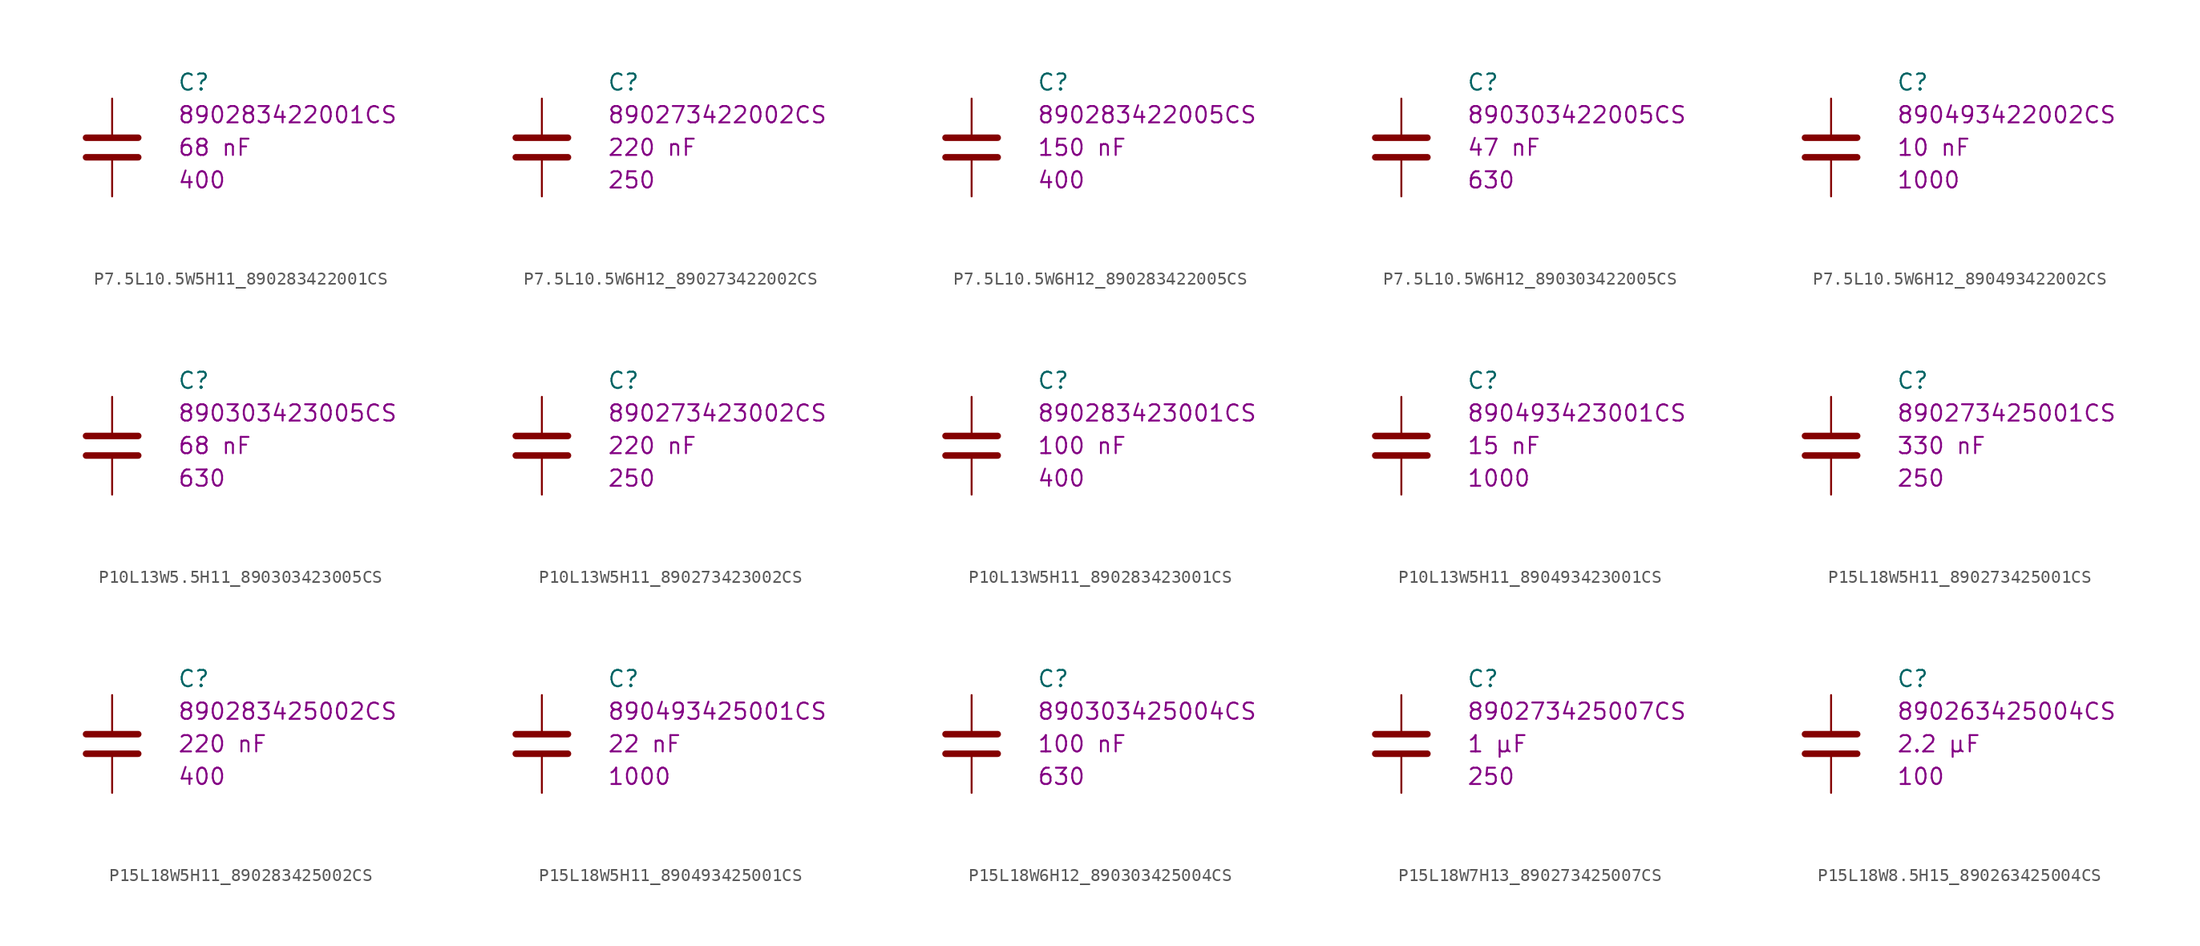
<source format=kicad_sym>
(kicad_symbol_lib
  (version 20220914)
  (generator kicad_symbol_editor)
  (symbol "P7.5L10.5W5H11_890283422001CS"
    (pin_numbers hide)
    (pin_names hide)
    (property "Reference" "C"
      (at 5.08 5.08 0)
      (effects (font (size 1.27 1.27)) (justify left)))
    (property "Part Number" "890283422001CS"
      (at 5.08 2.54 0)
      (effects (font (size 1.27 1.27)) (justify left)))
    (property "Capacitance" "68 nF"
      (at 5.08 0 0)
      (effects (font (size 1.27 1.27)) (justify left)))
    (property "Voltage" "400"
      (at 5.08 -2.54 0)
      (effects (font (size 1.27 1.27)) (justify left)))
    (property "Critical Parameter" ""
      (at 0 -7.62 0)
      (effects (font (size 1.27 1.27))))
    (symbol "P7.5L10.5W5H11_890283422001CS_0_1"
      (polyline (pts (xy -2.032 -0.762) (xy 2.032 -0.762)) (stroke (width 0.508) (type default)) (fill (type none)))
      (polyline (pts (xy -2.032 0.762) (xy 2.032 0.762)) (stroke (width 0.508) (type default)) (fill (type none))))
    (symbol "P7.5L10.5W5H11_890283422001CS_1_1"
      (pin passive line (at 0 3.81 270) (length 2.794) (name "1" (effects (font (size 1.27 1.27)))) (number "1" (effects (font (size 1.27 1.27)))))
      (pin passive line (at 0 -3.81 90) (length 2.794) (name "2" (effects (font (size 1.27 1.27)))) (number "2" (effects (font (size 1.27 1.27)))))))
  (symbol "P7.5L10.5W6H12_890273422002CS"
    (pin_numbers hide)
    (pin_names hide)
    (property "Reference" "C"
      (at 5.08 5.08 0)
      (effects (font (size 1.27 1.27)) (justify left)))
    (property "Part Number" "890273422002CS"
      (at 5.08 2.54 0)
      (effects (font (size 1.27 1.27)) (justify left)))
    (property "Capacitance" "220 nF"
      (at 5.08 0 0)
      (effects (font (size 1.27 1.27)) (justify left)))
    (property "Voltage" "250"
      (at 5.08 -2.54 0)
      (effects (font (size 1.27 1.27)) (justify left)))
    (property "Critical Parameter" ""
      (at 0 -7.62 0)
      (effects (font (size 1.27 1.27))))
    (symbol "P7.5L10.5W6H12_890273422002CS_0_1"
      (polyline (pts (xy -2.032 -0.762) (xy 2.032 -0.762)) (stroke (width 0.508) (type default)) (fill (type none)))
      (polyline (pts (xy -2.032 0.762) (xy 2.032 0.762)) (stroke (width 0.508) (type default)) (fill (type none))))
    (symbol "P7.5L10.5W6H12_890273422002CS_1_1"
      (pin passive line (at 0 3.81 270) (length 2.794) (name "1" (effects (font (size 1.27 1.27)))) (number "1" (effects (font (size 1.27 1.27)))))
      (pin passive line (at 0 -3.81 90) (length 2.794) (name "2" (effects (font (size 1.27 1.27)))) (number "2" (effects (font (size 1.27 1.27)))))))
  (symbol "P7.5L10.5W6H12_890283422005CS"
    (pin_numbers hide)
    (pin_names hide)
    (property "Reference" "C"
      (at 5.08 5.08 0)
      (effects (font (size 1.27 1.27)) (justify left)))
    (property "Part Number" "890283422005CS"
      (at 5.08 2.54 0)
      (effects (font (size 1.27 1.27)) (justify left)))
    (property "Capacitance" "150 nF"
      (at 5.08 0 0)
      (effects (font (size 1.27 1.27)) (justify left)))
    (property "Voltage" "400"
      (at 5.08 -2.54 0)
      (effects (font (size 1.27 1.27)) (justify left)))
    (property "Critical Parameter" ""
      (at 0 -7.62 0)
      (effects (font (size 1.27 1.27))))
    (symbol "P7.5L10.5W6H12_890283422005CS_0_1"
      (polyline (pts (xy -2.032 -0.762) (xy 2.032 -0.762)) (stroke (width 0.508) (type default)) (fill (type none)))
      (polyline (pts (xy -2.032 0.762) (xy 2.032 0.762)) (stroke (width 0.508) (type default)) (fill (type none))))
    (symbol "P7.5L10.5W6H12_890283422005CS_1_1"
      (pin passive line (at 0 3.81 270) (length 2.794) (name "1" (effects (font (size 1.27 1.27)))) (number "1" (effects (font (size 1.27 1.27)))))
      (pin passive line (at 0 -3.81 90) (length 2.794) (name "2" (effects (font (size 1.27 1.27)))) (number "2" (effects (font (size 1.27 1.27)))))))
  (symbol "P7.5L10.5W6H12_890303422005CS"
    (pin_numbers hide)
    (pin_names hide)
    (property "Reference" "C"
      (at 5.08 5.08 0)
      (effects (font (size 1.27 1.27)) (justify left)))
    (property "Part Number" "890303422005CS"
      (at 5.08 2.54 0)
      (effects (font (size 1.27 1.27)) (justify left)))
    (property "Capacitance" "47 nF"
      (at 5.08 0 0)
      (effects (font (size 1.27 1.27)) (justify left)))
    (property "Voltage" "630"
      (at 5.08 -2.54 0)
      (effects (font (size 1.27 1.27)) (justify left)))
    (property "Critical Parameter" ""
      (at 0 -7.62 0)
      (effects (font (size 1.27 1.27))))
    (symbol "P7.5L10.5W6H12_890303422005CS_0_1"
      (polyline (pts (xy -2.032 -0.762) (xy 2.032 -0.762)) (stroke (width 0.508) (type default)) (fill (type none)))
      (polyline (pts (xy -2.032 0.762) (xy 2.032 0.762)) (stroke (width 0.508) (type default)) (fill (type none))))
    (symbol "P7.5L10.5W6H12_890303422005CS_1_1"
      (pin passive line (at 0 3.81 270) (length 2.794) (name "1" (effects (font (size 1.27 1.27)))) (number "1" (effects (font (size 1.27 1.27)))))
      (pin passive line (at 0 -3.81 90) (length 2.794) (name "2" (effects (font (size 1.27 1.27)))) (number "2" (effects (font (size 1.27 1.27)))))))
  (symbol "P7.5L10.5W6H12_890493422002CS"
    (pin_numbers hide)
    (pin_names hide)
    (property "Reference" "C"
      (at 5.08 5.08 0)
      (effects (font (size 1.27 1.27)) (justify left)))
    (property "Part Number" "890493422002CS"
      (at 5.08 2.54 0)
      (effects (font (size 1.27 1.27)) (justify left)))
    (property "Capacitance" "10 nF"
      (at 5.08 0 0)
      (effects (font (size 1.27 1.27)) (justify left)))
    (property "Voltage" "1000"
      (at 5.08 -2.54 0)
      (effects (font (size 1.27 1.27)) (justify left)))
    (property "Critical Parameter" ""
      (at 0 -7.62 0)
      (effects (font (size 1.27 1.27))))
    (symbol "P7.5L10.5W6H12_890493422002CS_0_1"
      (polyline (pts (xy -2.032 -0.762) (xy 2.032 -0.762)) (stroke (width 0.508) (type default)) (fill (type none)))
      (polyline (pts (xy -2.032 0.762) (xy 2.032 0.762)) (stroke (width 0.508) (type default)) (fill (type none))))
    (symbol "P7.5L10.5W6H12_890493422002CS_1_1"
      (pin passive line (at 0 3.81 270) (length 2.794) (name "1" (effects (font (size 1.27 1.27)))) (number "1" (effects (font (size 1.27 1.27)))))
      (pin passive line (at 0 -3.81 90) (length 2.794) (name "2" (effects (font (size 1.27 1.27)))) (number "2" (effects (font (size 1.27 1.27)))))))
  (symbol "P10L13W5.5H11_890303423005CS"
    (pin_numbers hide)
    (pin_names hide)
    (property "Reference" "C"
      (at 5.08 5.08 0)
      (effects (font (size 1.27 1.27)) (justify left)))
    (property "Part Number" "890303423005CS"
      (at 5.08 2.54 0)
      (effects (font (size 1.27 1.27)) (justify left)))
    (property "Capacitance" "68 nF"
      (at 5.08 0 0)
      (effects (font (size 1.27 1.27)) (justify left)))
    (property "Voltage" "630"
      (at 5.08 -2.54 0)
      (effects (font (size 1.27 1.27)) (justify left)))
    (property "Critical Parameter" ""
      (at 0 -7.62 0)
      (effects (font (size 1.27 1.27))))
    (symbol "P10L13W5.5H11_890303423005CS_0_1"
      (polyline (pts (xy -2.032 -0.762) (xy 2.032 -0.762)) (stroke (width 0.508) (type default)) (fill (type none)))
      (polyline (pts (xy -2.032 0.762) (xy 2.032 0.762)) (stroke (width 0.508) (type default)) (fill (type none))))
    (symbol "P10L13W5.5H11_890303423005CS_1_1"
      (pin passive line (at 0 3.81 270) (length 2.794) (name "1" (effects (font (size 1.27 1.27)))) (number "1" (effects (font (size 1.27 1.27)))))
      (pin passive line (at 0 -3.81 90) (length 2.794) (name "2" (effects (font (size 1.27 1.27)))) (number "2" (effects (font (size 1.27 1.27)))))))
  (symbol "P10L13W5H11_890273423002CS"
    (pin_numbers hide)
    (pin_names hide)
    (property "Reference" "C"
      (at 5.08 5.08 0)
      (effects (font (size 1.27 1.27)) (justify left)))
    (property "Part Number" "890273423002CS"
      (at 5.08 2.54 0)
      (effects (font (size 1.27 1.27)) (justify left)))
    (property "Capacitance" "220 nF"
      (at 5.08 0 0)
      (effects (font (size 1.27 1.27)) (justify left)))
    (property "Voltage" "250"
      (at 5.08 -2.54 0)
      (effects (font (size 1.27 1.27)) (justify left)))
    (property "Critical Parameter" ""
      (at 0 -7.62 0)
      (effects (font (size 1.27 1.27))))
    (symbol "P10L13W5H11_890273423002CS_0_1"
      (polyline (pts (xy -2.032 -0.762) (xy 2.032 -0.762)) (stroke (width 0.508) (type default)) (fill (type none)))
      (polyline (pts (xy -2.032 0.762) (xy 2.032 0.762)) (stroke (width 0.508) (type default)) (fill (type none))))
    (symbol "P10L13W5H11_890273423002CS_1_1"
      (pin passive line (at 0 3.81 270) (length 2.794) (name "1" (effects (font (size 1.27 1.27)))) (number "1" (effects (font (size 1.27 1.27)))))
      (pin passive line (at 0 -3.81 90) (length 2.794) (name "2" (effects (font (size 1.27 1.27)))) (number "2" (effects (font (size 1.27 1.27)))))))
  (symbol "P10L13W5H11_890283423001CS"
    (pin_numbers hide)
    (pin_names hide)
    (property "Reference" "C"
      (at 5.08 5.08 0)
      (effects (font (size 1.27 1.27)) (justify left)))
    (property "Part Number" "890283423001CS"
      (at 5.08 2.54 0)
      (effects (font (size 1.27 1.27)) (justify left)))
    (property "Capacitance" "100 nF"
      (at 5.08 0 0)
      (effects (font (size 1.27 1.27)) (justify left)))
    (property "Voltage" "400"
      (at 5.08 -2.54 0)
      (effects (font (size 1.27 1.27)) (justify left)))
    (property "Critical Parameter" ""
      (at 0 -7.62 0)
      (effects (font (size 1.27 1.27))))
    (symbol "P10L13W5H11_890283423001CS_0_1"
      (polyline (pts (xy -2.032 -0.762) (xy 2.032 -0.762)) (stroke (width 0.508) (type default)) (fill (type none)))
      (polyline (pts (xy -2.032 0.762) (xy 2.032 0.762)) (stroke (width 0.508) (type default)) (fill (type none))))
    (symbol "P10L13W5H11_890283423001CS_1_1"
      (pin passive line (at 0 3.81 270) (length 2.794) (name "1" (effects (font (size 1.27 1.27)))) (number "1" (effects (font (size 1.27 1.27)))))
      (pin passive line (at 0 -3.81 90) (length 2.794) (name "2" (effects (font (size 1.27 1.27)))) (number "2" (effects (font (size 1.27 1.27)))))))
  (symbol "P10L13W5H11_890493423001CS"
    (pin_numbers hide)
    (pin_names hide)
    (property "Reference" "C"
      (at 5.08 5.08 0)
      (effects (font (size 1.27 1.27)) (justify left)))
    (property "Part Number" "890493423001CS"
      (at 5.08 2.54 0)
      (effects (font (size 1.27 1.27)) (justify left)))
    (property "Capacitance" "15 nF"
      (at 5.08 0 0)
      (effects (font (size 1.27 1.27)) (justify left)))
    (property "Voltage" "1000"
      (at 5.08 -2.54 0)
      (effects (font (size 1.27 1.27)) (justify left)))
    (property "Critical Parameter" ""
      (at 0 -7.62 0)
      (effects (font (size 1.27 1.27))))
    (symbol "P10L13W5H11_890493423001CS_0_1"
      (polyline (pts (xy -2.032 -0.762) (xy 2.032 -0.762)) (stroke (width 0.508) (type default)) (fill (type none)))
      (polyline (pts (xy -2.032 0.762) (xy 2.032 0.762)) (stroke (width 0.508) (type default)) (fill (type none))))
    (symbol "P10L13W5H11_890493423001CS_1_1"
      (pin passive line (at 0 3.81 270) (length 2.794) (name "1" (effects (font (size 1.27 1.27)))) (number "1" (effects (font (size 1.27 1.27)))))
      (pin passive line (at 0 -3.81 90) (length 2.794) (name "2" (effects (font (size 1.27 1.27)))) (number "2" (effects (font (size 1.27 1.27)))))))
  (symbol "P15L18W5H11_890273425001CS"
    (pin_numbers hide)
    (pin_names hide)
    (property "Reference" "C"
      (at 5.08 5.08 0)
      (effects (font (size 1.27 1.27)) (justify left)))
    (property "Part Number" "890273425001CS"
      (at 5.08 2.54 0)
      (effects (font (size 1.27 1.27)) (justify left)))
    (property "Capacitance" "330 nF"
      (at 5.08 0 0)
      (effects (font (size 1.27 1.27)) (justify left)))
    (property "Voltage" "250"
      (at 5.08 -2.54 0)
      (effects (font (size 1.27 1.27)) (justify left)))
    (property "Critical Parameter" ""
      (at 0 -7.62 0)
      (effects (font (size 1.27 1.27))))
    (symbol "P15L18W5H11_890273425001CS_0_1"
      (polyline (pts (xy -2.032 -0.762) (xy 2.032 -0.762)) (stroke (width 0.508) (type default)) (fill (type none)))
      (polyline (pts (xy -2.032 0.762) (xy 2.032 0.762)) (stroke (width 0.508) (type default)) (fill (type none))))
    (symbol "P15L18W5H11_890273425001CS_1_1"
      (pin passive line (at 0 3.81 270) (length 2.794) (name "1" (effects (font (size 1.27 1.27)))) (number "1" (effects (font (size 1.27 1.27)))))
      (pin passive line (at 0 -3.81 90) (length 2.794) (name "2" (effects (font (size 1.27 1.27)))) (number "2" (effects (font (size 1.27 1.27)))))))
  (symbol "P15L18W5H11_890283425002CS"
    (pin_numbers hide)
    (pin_names hide)
    (property "Reference" "C"
      (at 5.08 5.08 0)
      (effects (font (size 1.27 1.27)) (justify left)))
    (property "Part Number" "890283425002CS"
      (at 5.08 2.54 0)
      (effects (font (size 1.27 1.27)) (justify left)))
    (property "Capacitance" "220 nF"
      (at 5.08 0 0)
      (effects (font (size 1.27 1.27)) (justify left)))
    (property "Voltage" "400"
      (at 5.08 -2.54 0)
      (effects (font (size 1.27 1.27)) (justify left)))
    (property "Critical Parameter" ""
      (at 0 -7.62 0)
      (effects (font (size 1.27 1.27))))
    (symbol "P15L18W5H11_890283425002CS_0_1"
      (polyline (pts (xy -2.032 -0.762) (xy 2.032 -0.762)) (stroke (width 0.508) (type default)) (fill (type none)))
      (polyline (pts (xy -2.032 0.762) (xy 2.032 0.762)) (stroke (width 0.508) (type default)) (fill (type none))))
    (symbol "P15L18W5H11_890283425002CS_1_1"
      (pin passive line (at 0 3.81 270) (length 2.794) (name "1" (effects (font (size 1.27 1.27)))) (number "1" (effects (font (size 1.27 1.27)))))
      (pin passive line (at 0 -3.81 90) (length 2.794) (name "2" (effects (font (size 1.27 1.27)))) (number "2" (effects (font (size 1.27 1.27)))))))
  (symbol "P15L18W5H11_890493425001CS"
    (pin_numbers hide)
    (pin_names hide)
    (property "Reference" "C"
      (at 5.08 5.08 0)
      (effects (font (size 1.27 1.27)) (justify left)))
    (property "Part Number" "890493425001CS"
      (at 5.08 2.54 0)
      (effects (font (size 1.27 1.27)) (justify left)))
    (property "Capacitance" "22 nF"
      (at 5.08 0 0)
      (effects (font (size 1.27 1.27)) (justify left)))
    (property "Voltage" "1000"
      (at 5.08 -2.54 0)
      (effects (font (size 1.27 1.27)) (justify left)))
    (property "Critical Parameter" ""
      (at 0 -7.62 0)
      (effects (font (size 1.27 1.27))))
    (symbol "P15L18W5H11_890493425001CS_0_1"
      (polyline (pts (xy -2.032 -0.762) (xy 2.032 -0.762)) (stroke (width 0.508) (type default)) (fill (type none)))
      (polyline (pts (xy -2.032 0.762) (xy 2.032 0.762)) (stroke (width 0.508) (type default)) (fill (type none))))
    (symbol "P15L18W5H11_890493425001CS_1_1"
      (pin passive line (at 0 3.81 270) (length 2.794) (name "1" (effects (font (size 1.27 1.27)))) (number "1" (effects (font (size 1.27 1.27)))))
      (pin passive line (at 0 -3.81 90) (length 2.794) (name "2" (effects (font (size 1.27 1.27)))) (number "2" (effects (font (size 1.27 1.27)))))))
  (symbol "P15L18W6H12_890303425004CS"
    (pin_numbers hide)
    (pin_names hide)
    (property "Reference" "C"
      (at 5.08 5.08 0)
      (effects (font (size 1.27 1.27)) (justify left)))
    (property "Part Number" "890303425004CS"
      (at 5.08 2.54 0)
      (effects (font (size 1.27 1.27)) (justify left)))
    (property "Capacitance" "100 nF"
      (at 5.08 0 0)
      (effects (font (size 1.27 1.27)) (justify left)))
    (property "Voltage" "630"
      (at 5.08 -2.54 0)
      (effects (font (size 1.27 1.27)) (justify left)))
    (property "Critical Parameter" ""
      (at 0 -7.62 0)
      (effects (font (size 1.27 1.27))))
    (symbol "P15L18W6H12_890303425004CS_0_1"
      (polyline (pts (xy -2.032 -0.762) (xy 2.032 -0.762)) (stroke (width 0.508) (type default)) (fill (type none)))
      (polyline (pts (xy -2.032 0.762) (xy 2.032 0.762)) (stroke (width 0.508) (type default)) (fill (type none))))
    (symbol "P15L18W6H12_890303425004CS_1_1"
      (pin passive line (at 0 3.81 270) (length 2.794) (name "1" (effects (font (size 1.27 1.27)))) (number "1" (effects (font (size 1.27 1.27)))))
      (pin passive line (at 0 -3.81 90) (length 2.794) (name "2" (effects (font (size 1.27 1.27)))) (number "2" (effects (font (size 1.27 1.27)))))))
  (symbol "P15L18W7H13_890273425007CS"
    (pin_numbers hide)
    (pin_names hide)
    (property "Reference" "C"
      (at 5.08 5.08 0)
      (effects (font (size 1.27 1.27)) (justify left)))
    (property "Part Number" "890273425007CS"
      (at 5.08 2.54 0)
      (effects (font (size 1.27 1.27)) (justify left)))
    (property "Capacitance" "1 µF"
      (at 5.08 0 0)
      (effects (font (size 1.27 1.27)) (justify left)))
    (property "Voltage" "250"
      (at 5.08 -2.54 0)
      (effects (font (size 1.27 1.27)) (justify left)))
    (property "Critical Parameter" ""
      (at 0 -7.62 0)
      (effects (font (size 1.27 1.27))))
    (symbol "P15L18W7H13_890273425007CS_0_1"
      (polyline (pts (xy -2.032 -0.762) (xy 2.032 -0.762)) (stroke (width 0.508) (type default)) (fill (type none)))
      (polyline (pts (xy -2.032 0.762) (xy 2.032 0.762)) (stroke (width 0.508) (type default)) (fill (type none))))
    (symbol "P15L18W7H13_890273425007CS_1_1"
      (pin passive line (at 0 3.81 270) (length 2.794) (name "1" (effects (font (size 1.27 1.27)))) (number "1" (effects (font (size 1.27 1.27)))))
      (pin passive line (at 0 -3.81 90) (length 2.794) (name "2" (effects (font (size 1.27 1.27)))) (number "2" (effects (font (size 1.27 1.27)))))))
  (symbol "P15L18W8.5H15_890263425004CS"
    (pin_numbers hide)
    (pin_names hide)
    (property "Reference" "C"
      (at 5.08 5.08 0)
      (effects (font (size 1.27 1.27)) (justify left)))
    (property "Part Number" "890263425004CS"
      (at 5.08 2.54 0)
      (effects (font (size 1.27 1.27)) (justify left)))
    (property "Capacitance" "2.2 µF"
      (at 5.08 0 0)
      (effects (font (size 1.27 1.27)) (justify left)))
    (property "Voltage" "100"
      (at 5.08 -2.54 0)
      (effects (font (size 1.27 1.27)) (justify left)))
    (property "Critical Parameter" ""
      (at 0 -7.62 0)
      (effects (font (size 1.27 1.27))))
    (symbol "P15L18W8.5H15_890263425004CS_0_1"
      (polyline (pts (xy -2.032 -0.762) (xy 2.032 -0.762)) (stroke (width 0.508) (type default)) (fill (type none)))
      (polyline (pts (xy -2.032 0.762) (xy 2.032 0.762)) (stroke (width 0.508) (type default)) (fill (type none))))
    (symbol "P15L18W8.5H15_890263425004CS_1_1"
      (pin passive line (at 0 3.81 270) (length 2.794) (name "1" (effects (font (size 1.27 1.27)))) (number "1" (effects (font (size 1.27 1.27)))))
      (pin passive line (at 0 -3.81 90) (length 2.794) (name "2" (effects (font (size 1.27 1.27)))) (number "2" (effects (font (size 1.27 1.27))))))))
</source>
